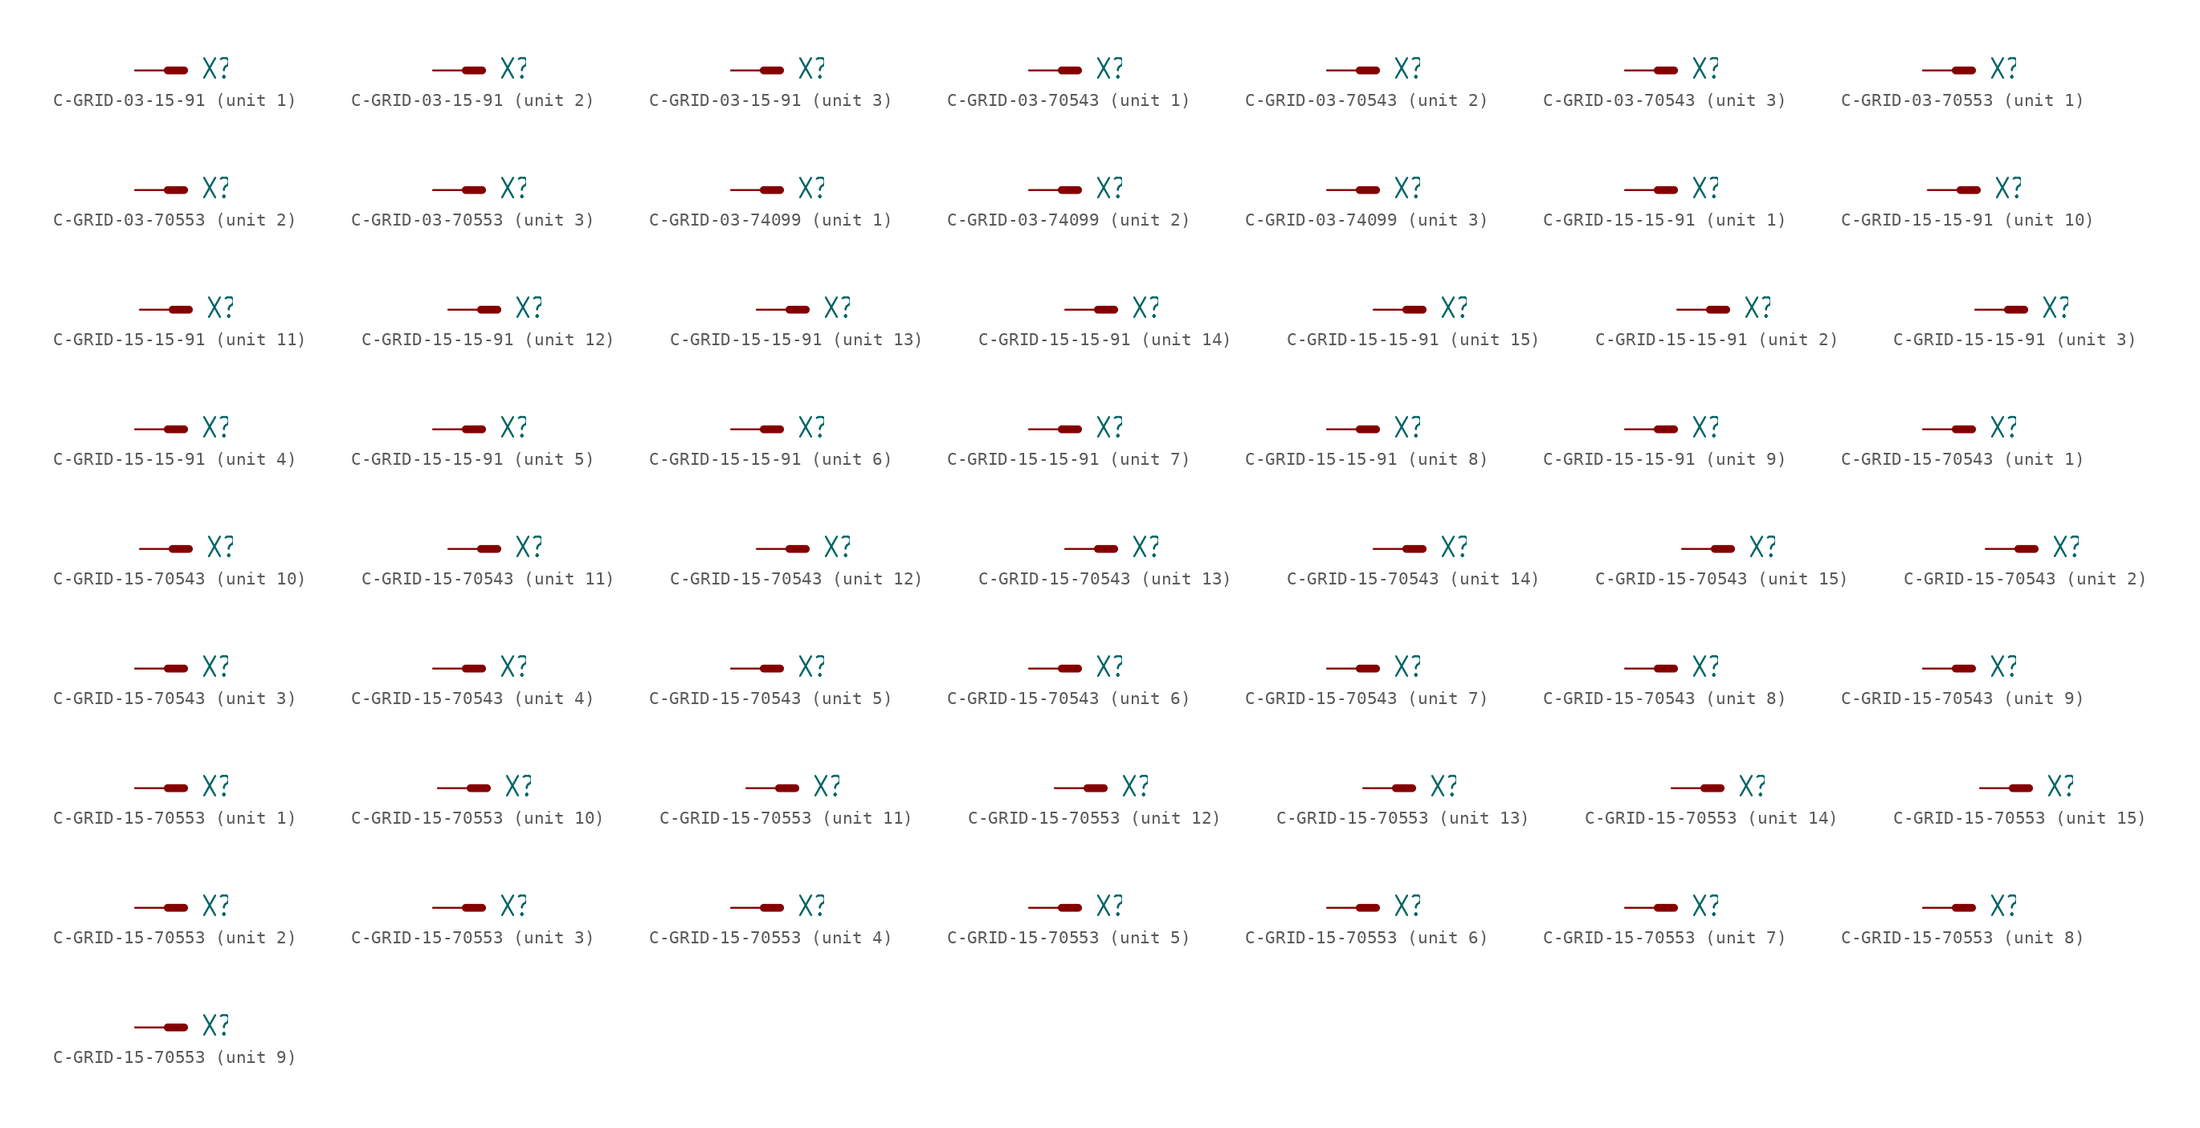
<source format=kicad_sym>
(kicad_symbol_lib
  (version 20220914)
  (generator kicad_symbol_editor)
  (symbol "C-GRID-03-15-91"
    (property "Reference" "X"
      (at 2.54 -0.762 0)
      (effects (font (size 1.524 1.295)) (justify left bottom)))
    (property "ki_locked" ""
      (at 0 0 0)
      (effects (font (size 1.27 1.27))))
    (symbol "C-GRID-03-15-91_1_0"
      (polyline (pts (xy 1.27 0) (xy 0 0)) (stroke (width 0.61) (type solid)) (fill (type none)))
      (pin passive line (at -2.54 0 0) (length 2.54) (name "S" (effects (font (size 0 0)))) (number "1" (effects (font (size 0 0))))))
    (symbol "C-GRID-03-15-91_2_0"
      (polyline (pts (xy 1.27 0) (xy 0 0)) (stroke (width 0.61) (type solid)) (fill (type none)))
      (pin passive line (at -2.54 0 0) (length 2.54) (name "S" (effects (font (size 0 0)))) (number "2" (effects (font (size 0 0))))))
    (symbol "C-GRID-03-15-91_3_0"
      (polyline (pts (xy 1.27 0) (xy 0 0)) (stroke (width 0.61) (type solid)) (fill (type none)))
      (pin passive line (at -2.54 0 0) (length 2.54) (name "S" (effects (font (size 0 0)))) (number "3" (effects (font (size 0 0)))))))
  (symbol "C-GRID-03-70543"
    (property "Reference" "X"
      (at 2.54 -0.762 0)
      (effects (font (size 1.524 1.295)) (justify left bottom)))
    (property "ki_locked" ""
      (at 0 0 0)
      (effects (font (size 1.27 1.27))))
    (symbol "C-GRID-03-70543_1_0"
      (polyline (pts (xy 1.27 0) (xy 0 0)) (stroke (width 0.61) (type solid)) (fill (type none)))
      (pin passive line (at -2.54 0 0) (length 2.54) (name "S" (effects (font (size 0 0)))) (number "1" (effects (font (size 0 0))))))
    (symbol "C-GRID-03-70543_2_0"
      (polyline (pts (xy 1.27 0) (xy 0 0)) (stroke (width 0.61) (type solid)) (fill (type none)))
      (pin passive line (at -2.54 0 0) (length 2.54) (name "S" (effects (font (size 0 0)))) (number "2" (effects (font (size 0 0))))))
    (symbol "C-GRID-03-70543_3_0"
      (polyline (pts (xy 1.27 0) (xy 0 0)) (stroke (width 0.61) (type solid)) (fill (type none)))
      (pin passive line (at -2.54 0 0) (length 2.54) (name "S" (effects (font (size 0 0)))) (number "3" (effects (font (size 0 0)))))))
  (symbol "C-GRID-03-70553"
    (property "Reference" "X"
      (at 2.54 -0.762 0)
      (effects (font (size 1.524 1.295)) (justify left bottom)))
    (property "ki_locked" ""
      (at 0 0 0)
      (effects (font (size 1.27 1.27))))
    (symbol "C-GRID-03-70553_1_0"
      (polyline (pts (xy 1.27 0) (xy 0 0)) (stroke (width 0.61) (type solid)) (fill (type none)))
      (pin passive line (at -2.54 0 0) (length 2.54) (name "S" (effects (font (size 0 0)))) (number "1" (effects (font (size 0 0))))))
    (symbol "C-GRID-03-70553_2_0"
      (polyline (pts (xy 1.27 0) (xy 0 0)) (stroke (width 0.61) (type solid)) (fill (type none)))
      (pin passive line (at -2.54 0 0) (length 2.54) (name "S" (effects (font (size 0 0)))) (number "2" (effects (font (size 0 0))))))
    (symbol "C-GRID-03-70553_3_0"
      (polyline (pts (xy 1.27 0) (xy 0 0)) (stroke (width 0.61) (type solid)) (fill (type none)))
      (pin passive line (at -2.54 0 0) (length 2.54) (name "S" (effects (font (size 0 0)))) (number "3" (effects (font (size 0 0)))))))
  (symbol "C-GRID-03-74099"
    (property "Reference" "X"
      (at 2.54 -0.762 0)
      (effects (font (size 1.524 1.295)) (justify left bottom)))
    (property "ki_locked" ""
      (at 0 0 0)
      (effects (font (size 1.27 1.27))))
    (symbol "C-GRID-03-74099_1_0"
      (polyline (pts (xy 1.27 0) (xy 0 0)) (stroke (width 0.61) (type solid)) (fill (type none)))
      (pin passive line (at -2.54 0 0) (length 2.54) (name "S" (effects (font (size 0 0)))) (number "1" (effects (font (size 0 0))))))
    (symbol "C-GRID-03-74099_2_0"
      (polyline (pts (xy 1.27 0) (xy 0 0)) (stroke (width 0.61) (type solid)) (fill (type none)))
      (pin passive line (at -2.54 0 0) (length 2.54) (name "S" (effects (font (size 0 0)))) (number "2" (effects (font (size 0 0))))))
    (symbol "C-GRID-03-74099_3_0"
      (polyline (pts (xy 1.27 0) (xy 0 0)) (stroke (width 0.61) (type solid)) (fill (type none)))
      (pin passive line (at -2.54 0 0) (length 2.54) (name "S" (effects (font (size 0 0)))) (number "3" (effects (font (size 0 0)))))))
  (symbol "C-GRID-15-15-91"
    (property "Reference" "X"
      (at 2.54 -0.762 0)
      (effects (font (size 1.524 1.295)) (justify left bottom)))
    (property "ki_locked" ""
      (at 0 0 0)
      (effects (font (size 1.27 1.27))))
    (symbol "C-GRID-15-15-91_1_0"
      (polyline (pts (xy 1.27 0) (xy 0 0)) (stroke (width 0.61) (type solid)) (fill (type none)))
      (pin passive line (at -2.54 0 0) (length 2.54) (name "S" (effects (font (size 0 0)))) (number "1" (effects (font (size 0 0))))))
    (symbol "C-GRID-15-15-91_2_0"
      (polyline (pts (xy 1.27 0) (xy 0 0)) (stroke (width 0.61) (type solid)) (fill (type none)))
      (pin passive line (at -2.54 0 0) (length 2.54) (name "S" (effects (font (size 0 0)))) (number "2" (effects (font (size 0 0))))))
    (symbol "C-GRID-15-15-91_3_0"
      (polyline (pts (xy 1.27 0) (xy 0 0)) (stroke (width 0.61) (type solid)) (fill (type none)))
      (pin passive line (at -2.54 0 0) (length 2.54) (name "S" (effects (font (size 0 0)))) (number "3" (effects (font (size 0 0))))))
    (symbol "C-GRID-15-15-91_4_0"
      (polyline (pts (xy 1.27 0) (xy 0 0)) (stroke (width 0.61) (type solid)) (fill (type none)))
      (pin passive line (at -2.54 0 0) (length 2.54) (name "S" (effects (font (size 0 0)))) (number "4" (effects (font (size 0 0))))))
    (symbol "C-GRID-15-15-91_5_0"
      (polyline (pts (xy 1.27 0) (xy 0 0)) (stroke (width 0.61) (type solid)) (fill (type none)))
      (pin passive line (at -2.54 0 0) (length 2.54) (name "S" (effects (font (size 0 0)))) (number "5" (effects (font (size 0 0))))))
    (symbol "C-GRID-15-15-91_6_0"
      (polyline (pts (xy 1.27 0) (xy 0 0)) (stroke (width 0.61) (type solid)) (fill (type none)))
      (pin passive line (at -2.54 0 0) (length 2.54) (name "S" (effects (font (size 0 0)))) (number "6" (effects (font (size 0 0))))))
    (symbol "C-GRID-15-15-91_7_0"
      (polyline (pts (xy 1.27 0) (xy 0 0)) (stroke (width 0.61) (type solid)) (fill (type none)))
      (pin passive line (at -2.54 0 0) (length 2.54) (name "S" (effects (font (size 0 0)))) (number "7" (effects (font (size 0 0))))))
    (symbol "C-GRID-15-15-91_8_0"
      (polyline (pts (xy 1.27 0) (xy 0 0)) (stroke (width 0.61) (type solid)) (fill (type none)))
      (pin passive line (at -2.54 0 0) (length 2.54) (name "S" (effects (font (size 0 0)))) (number "8" (effects (font (size 0 0))))))
    (symbol "C-GRID-15-15-91_9_0"
      (polyline (pts (xy 1.27 0) (xy 0 0)) (stroke (width 0.61) (type solid)) (fill (type none)))
      (pin passive line (at -2.54 0 0) (length 2.54) (name "S" (effects (font (size 0 0)))) (number "9" (effects (font (size 0 0))))))
    (symbol "C-GRID-15-15-91_10_0"
      (polyline (pts (xy 1.27 0) (xy 0 0)) (stroke (width 0.61) (type solid)) (fill (type none)))
      (pin passive line (at -2.54 0 0) (length 2.54) (name "S" (effects (font (size 0 0)))) (number "10" (effects (font (size 0 0))))))
    (symbol "C-GRID-15-15-91_11_0"
      (polyline (pts (xy 1.27 0) (xy 0 0)) (stroke (width 0.61) (type solid)) (fill (type none)))
      (pin passive line (at -2.54 0 0) (length 2.54) (name "S" (effects (font (size 0 0)))) (number "11" (effects (font (size 0 0))))))
    (symbol "C-GRID-15-15-91_12_0"
      (polyline (pts (xy 1.27 0) (xy 0 0)) (stroke (width 0.61) (type solid)) (fill (type none)))
      (pin passive line (at -2.54 0 0) (length 2.54) (name "S" (effects (font (size 0 0)))) (number "12" (effects (font (size 0 0))))))
    (symbol "C-GRID-15-15-91_13_0"
      (polyline (pts (xy 1.27 0) (xy 0 0)) (stroke (width 0.61) (type solid)) (fill (type none)))
      (pin passive line (at -2.54 0 0) (length 2.54) (name "S" (effects (font (size 0 0)))) (number "13" (effects (font (size 0 0))))))
    (symbol "C-GRID-15-15-91_14_0"
      (polyline (pts (xy 1.27 0) (xy 0 0)) (stroke (width 0.61) (type solid)) (fill (type none)))
      (pin passive line (at -2.54 0 0) (length 2.54) (name "S" (effects (font (size 0 0)))) (number "14" (effects (font (size 0 0))))))
    (symbol "C-GRID-15-15-91_15_0"
      (polyline (pts (xy 1.27 0) (xy 0 0)) (stroke (width 0.61) (type solid)) (fill (type none)))
      (pin passive line (at -2.54 0 0) (length 2.54) (name "S" (effects (font (size 0 0)))) (number "15" (effects (font (size 0 0)))))))
  (symbol "C-GRID-15-70543"
    (property "Reference" "X"
      (at 2.54 -0.762 0)
      (effects (font (size 1.524 1.295)) (justify left bottom)))
    (property "ki_locked" ""
      (at 0 0 0)
      (effects (font (size 1.27 1.27))))
    (symbol "C-GRID-15-70543_1_0"
      (polyline (pts (xy 1.27 0) (xy 0 0)) (stroke (width 0.61) (type solid)) (fill (type none)))
      (pin passive line (at -2.54 0 0) (length 2.54) (name "S" (effects (font (size 0 0)))) (number "1" (effects (font (size 0 0))))))
    (symbol "C-GRID-15-70543_2_0"
      (polyline (pts (xy 1.27 0) (xy 0 0)) (stroke (width 0.61) (type solid)) (fill (type none)))
      (pin passive line (at -2.54 0 0) (length 2.54) (name "S" (effects (font (size 0 0)))) (number "2" (effects (font (size 0 0))))))
    (symbol "C-GRID-15-70543_3_0"
      (polyline (pts (xy 1.27 0) (xy 0 0)) (stroke (width 0.61) (type solid)) (fill (type none)))
      (pin passive line (at -2.54 0 0) (length 2.54) (name "S" (effects (font (size 0 0)))) (number "3" (effects (font (size 0 0))))))
    (symbol "C-GRID-15-70543_4_0"
      (polyline (pts (xy 1.27 0) (xy 0 0)) (stroke (width 0.61) (type solid)) (fill (type none)))
      (pin passive line (at -2.54 0 0) (length 2.54) (name "S" (effects (font (size 0 0)))) (number "4" (effects (font (size 0 0))))))
    (symbol "C-GRID-15-70543_5_0"
      (polyline (pts (xy 1.27 0) (xy 0 0)) (stroke (width 0.61) (type solid)) (fill (type none)))
      (pin passive line (at -2.54 0 0) (length 2.54) (name "S" (effects (font (size 0 0)))) (number "5" (effects (font (size 0 0))))))
    (symbol "C-GRID-15-70543_6_0"
      (polyline (pts (xy 1.27 0) (xy 0 0)) (stroke (width 0.61) (type solid)) (fill (type none)))
      (pin passive line (at -2.54 0 0) (length 2.54) (name "S" (effects (font (size 0 0)))) (number "6" (effects (font (size 0 0))))))
    (symbol "C-GRID-15-70543_7_0"
      (polyline (pts (xy 1.27 0) (xy 0 0)) (stroke (width 0.61) (type solid)) (fill (type none)))
      (pin passive line (at -2.54 0 0) (length 2.54) (name "S" (effects (font (size 0 0)))) (number "7" (effects (font (size 0 0))))))
    (symbol "C-GRID-15-70543_8_0"
      (polyline (pts (xy 1.27 0) (xy 0 0)) (stroke (width 0.61) (type solid)) (fill (type none)))
      (pin passive line (at -2.54 0 0) (length 2.54) (name "S" (effects (font (size 0 0)))) (number "8" (effects (font (size 0 0))))))
    (symbol "C-GRID-15-70543_9_0"
      (polyline (pts (xy 1.27 0) (xy 0 0)) (stroke (width 0.61) (type solid)) (fill (type none)))
      (pin passive line (at -2.54 0 0) (length 2.54) (name "S" (effects (font (size 0 0)))) (number "9" (effects (font (size 0 0))))))
    (symbol "C-GRID-15-70543_10_0"
      (polyline (pts (xy 1.27 0) (xy 0 0)) (stroke (width 0.61) (type solid)) (fill (type none)))
      (pin passive line (at -2.54 0 0) (length 2.54) (name "S" (effects (font (size 0 0)))) (number "10" (effects (font (size 0 0))))))
    (symbol "C-GRID-15-70543_11_0"
      (polyline (pts (xy 1.27 0) (xy 0 0)) (stroke (width 0.61) (type solid)) (fill (type none)))
      (pin passive line (at -2.54 0 0) (length 2.54) (name "S" (effects (font (size 0 0)))) (number "11" (effects (font (size 0 0))))))
    (symbol "C-GRID-15-70543_12_0"
      (polyline (pts (xy 1.27 0) (xy 0 0)) (stroke (width 0.61) (type solid)) (fill (type none)))
      (pin passive line (at -2.54 0 0) (length 2.54) (name "S" (effects (font (size 0 0)))) (number "12" (effects (font (size 0 0))))))
    (symbol "C-GRID-15-70543_13_0"
      (polyline (pts (xy 1.27 0) (xy 0 0)) (stroke (width 0.61) (type solid)) (fill (type none)))
      (pin passive line (at -2.54 0 0) (length 2.54) (name "S" (effects (font (size 0 0)))) (number "13" (effects (font (size 0 0))))))
    (symbol "C-GRID-15-70543_14_0"
      (polyline (pts (xy 1.27 0) (xy 0 0)) (stroke (width 0.61) (type solid)) (fill (type none)))
      (pin passive line (at -2.54 0 0) (length 2.54) (name "S" (effects (font (size 0 0)))) (number "14" (effects (font (size 0 0))))))
    (symbol "C-GRID-15-70543_15_0"
      (polyline (pts (xy 1.27 0) (xy 0 0)) (stroke (width 0.61) (type solid)) (fill (type none)))
      (pin passive line (at -2.54 0 0) (length 2.54) (name "S" (effects (font (size 0 0)))) (number "15" (effects (font (size 0 0)))))))
  (symbol "C-GRID-15-70553"
    (property "Reference" "X"
      (at 2.54 -0.762 0)
      (effects (font (size 1.524 1.295)) (justify left bottom)))
    (property "ki_locked" ""
      (at 0 0 0)
      (effects (font (size 1.27 1.27))))
    (symbol "C-GRID-15-70553_1_0"
      (polyline (pts (xy 1.27 0) (xy 0 0)) (stroke (width 0.61) (type solid)) (fill (type none)))
      (pin passive line (at -2.54 0 0) (length 2.54) (name "S" (effects (font (size 0 0)))) (number "1" (effects (font (size 0 0))))))
    (symbol "C-GRID-15-70553_2_0"
      (polyline (pts (xy 1.27 0) (xy 0 0)) (stroke (width 0.61) (type solid)) (fill (type none)))
      (pin passive line (at -2.54 0 0) (length 2.54) (name "S" (effects (font (size 0 0)))) (number "2" (effects (font (size 0 0))))))
    (symbol "C-GRID-15-70553_3_0"
      (polyline (pts (xy 1.27 0) (xy 0 0)) (stroke (width 0.61) (type solid)) (fill (type none)))
      (pin passive line (at -2.54 0 0) (length 2.54) (name "S" (effects (font (size 0 0)))) (number "3" (effects (font (size 0 0))))))
    (symbol "C-GRID-15-70553_4_0"
      (polyline (pts (xy 1.27 0) (xy 0 0)) (stroke (width 0.61) (type solid)) (fill (type none)))
      (pin passive line (at -2.54 0 0) (length 2.54) (name "S" (effects (font (size 0 0)))) (number "4" (effects (font (size 0 0))))))
    (symbol "C-GRID-15-70553_5_0"
      (polyline (pts (xy 1.27 0) (xy 0 0)) (stroke (width 0.61) (type solid)) (fill (type none)))
      (pin passive line (at -2.54 0 0) (length 2.54) (name "S" (effects (font (size 0 0)))) (number "5" (effects (font (size 0 0))))))
    (symbol "C-GRID-15-70553_6_0"
      (polyline (pts (xy 1.27 0) (xy 0 0)) (stroke (width 0.61) (type solid)) (fill (type none)))
      (pin passive line (at -2.54 0 0) (length 2.54) (name "S" (effects (font (size 0 0)))) (number "6" (effects (font (size 0 0))))))
    (symbol "C-GRID-15-70553_7_0"
      (polyline (pts (xy 1.27 0) (xy 0 0)) (stroke (width 0.61) (type solid)) (fill (type none)))
      (pin passive line (at -2.54 0 0) (length 2.54) (name "S" (effects (font (size 0 0)))) (number "7" (effects (font (size 0 0))))))
    (symbol "C-GRID-15-70553_8_0"
      (polyline (pts (xy 1.27 0) (xy 0 0)) (stroke (width 0.61) (type solid)) (fill (type none)))
      (pin passive line (at -2.54 0 0) (length 2.54) (name "S" (effects (font (size 0 0)))) (number "8" (effects (font (size 0 0))))))
    (symbol "C-GRID-15-70553_9_0"
      (polyline (pts (xy 1.27 0) (xy 0 0)) (stroke (width 0.61) (type solid)) (fill (type none)))
      (pin passive line (at -2.54 0 0) (length 2.54) (name "S" (effects (font (size 0 0)))) (number "9" (effects (font (size 0 0))))))
    (symbol "C-GRID-15-70553_10_0"
      (polyline (pts (xy 1.27 0) (xy 0 0)) (stroke (width 0.61) (type solid)) (fill (type none)))
      (pin passive line (at -2.54 0 0) (length 2.54) (name "S" (effects (font (size 0 0)))) (number "10" (effects (font (size 0 0))))))
    (symbol "C-GRID-15-70553_11_0"
      (polyline (pts (xy 1.27 0) (xy 0 0)) (stroke (width 0.61) (type solid)) (fill (type none)))
      (pin passive line (at -2.54 0 0) (length 2.54) (name "S" (effects (font (size 0 0)))) (number "11" (effects (font (size 0 0))))))
    (symbol "C-GRID-15-70553_12_0"
      (polyline (pts (xy 1.27 0) (xy 0 0)) (stroke (width 0.61) (type solid)) (fill (type none)))
      (pin passive line (at -2.54 0 0) (length 2.54) (name "S" (effects (font (size 0 0)))) (number "12" (effects (font (size 0 0))))))
    (symbol "C-GRID-15-70553_13_0"
      (polyline (pts (xy 1.27 0) (xy 0 0)) (stroke (width 0.61) (type solid)) (fill (type none)))
      (pin passive line (at -2.54 0 0) (length 2.54) (name "S" (effects (font (size 0 0)))) (number "13" (effects (font (size 0 0))))))
    (symbol "C-GRID-15-70553_14_0"
      (polyline (pts (xy 1.27 0) (xy 0 0)) (stroke (width 0.61) (type solid)) (fill (type none)))
      (pin passive line (at -2.54 0 0) (length 2.54) (name "S" (effects (font (size 0 0)))) (number "14" (effects (font (size 0 0))))))
    (symbol "C-GRID-15-70553_15_0"
      (polyline (pts (xy 1.27 0) (xy 0 0)) (stroke (width 0.61) (type solid)) (fill (type none)))
      (pin passive line (at -2.54 0 0) (length 2.54) (name "S" (effects (font (size 0 0)))) (number "15" (effects (font (size 0 0))))))))
</source>
